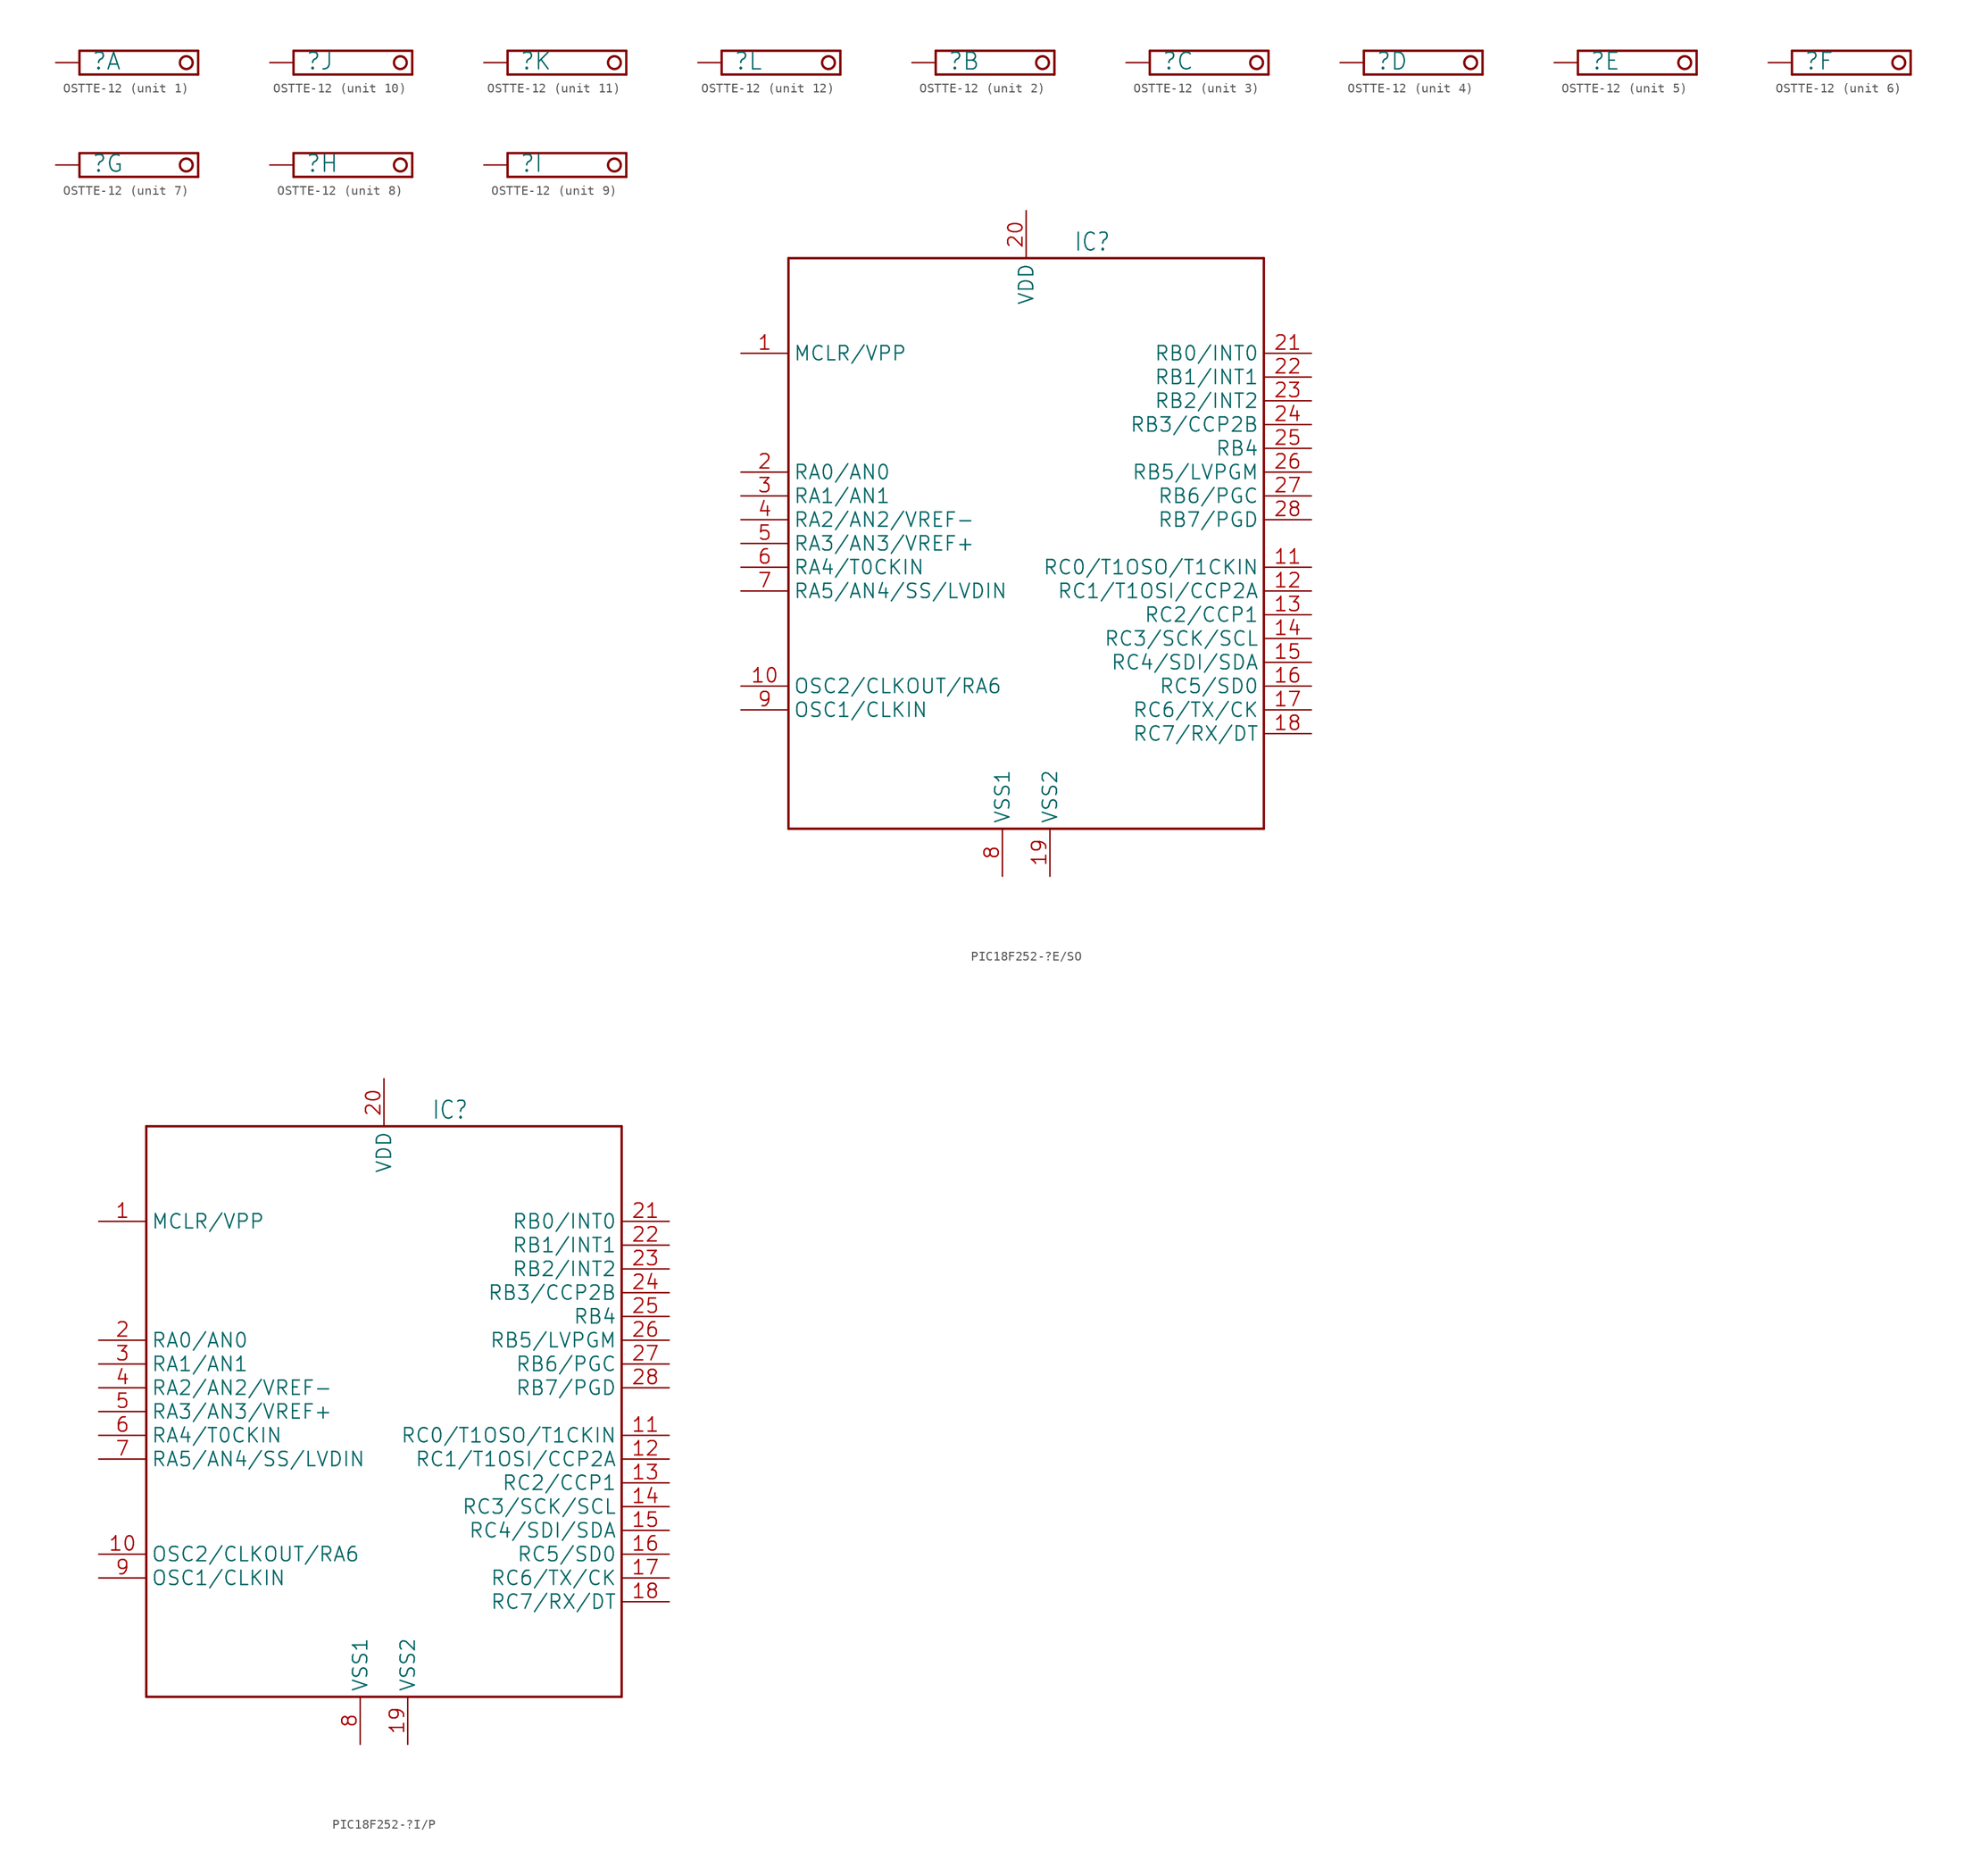
<source format=kicad_sym>
(kicad_symbol_lib
  (version 20241209)
  (generator "kicad_symbol_editor")
  (generator_version "9.0")
  (symbol "OSTTE-12"
    (property "Reference" ""
      (at -3.81 -0.889 0)
      (effects (font (size 1.778 1.778)) (justify left bottom)))
    (property "Value" ""
      (at -5.08 1.651 0)
      (effects (font (size 1.778 1.778)) (justify left bottom)))
    (property "ki_locked" ""
      (at 0 0 0)
      (effects (font (size 1.27 1.27))))
    (symbol "OSTTE-12_1_0"
      (polyline (pts (xy -5.08 1.27) (xy 7.62 1.27)) (stroke (width 0.254) (type solid)) (fill (type none)))
      (polyline (pts (xy -5.08 -1.27) (xy -5.08 1.27)) (stroke (width 0.254) (type solid)) (fill (type none)))
      (circle (center 6.35 0) (radius 0.684) (stroke (width 0.254) (type solid)) (fill (type none)))
      (polyline (pts (xy 7.62 -1.27) (xy -5.08 -1.27)) (stroke (width 0.254) (type solid)) (fill (type none)))
      (polyline (pts (xy 7.62 -1.27) (xy 7.62 1.27)) (stroke (width 0.254) (type solid)) (fill (type none)))
      (pin passive line (at -7.62 0 0) (length 2.54) (name "K" (effects (font (size 0 0)))) (number "1" (effects (font (size 0 0))))))
    (symbol "OSTTE-12_2_0"
      (polyline (pts (xy -5.08 1.27) (xy 7.62 1.27)) (stroke (width 0.254) (type solid)) (fill (type none)))
      (polyline (pts (xy -5.08 -1.27) (xy -5.08 1.27)) (stroke (width 0.254) (type solid)) (fill (type none)))
      (circle (center 6.35 0) (radius 0.684) (stroke (width 0.254) (type solid)) (fill (type none)))
      (polyline (pts (xy 7.62 -1.27) (xy -5.08 -1.27)) (stroke (width 0.254) (type solid)) (fill (type none)))
      (polyline (pts (xy 7.62 -1.27) (xy 7.62 1.27)) (stroke (width 0.254) (type solid)) (fill (type none)))
      (pin passive line (at -7.62 0 0) (length 2.54) (name "K" (effects (font (size 0 0)))) (number "10" (effects (font (size 0 0))))))
    (symbol "OSTTE-12_3_0"
      (polyline (pts (xy -5.08 1.27) (xy 7.62 1.27)) (stroke (width 0.254) (type solid)) (fill (type none)))
      (polyline (pts (xy -5.08 -1.27) (xy -5.08 1.27)) (stroke (width 0.254) (type solid)) (fill (type none)))
      (circle (center 6.35 0) (radius 0.684) (stroke (width 0.254) (type solid)) (fill (type none)))
      (polyline (pts (xy 7.62 -1.27) (xy -5.08 -1.27)) (stroke (width 0.254) (type solid)) (fill (type none)))
      (polyline (pts (xy 7.62 -1.27) (xy 7.62 1.27)) (stroke (width 0.254) (type solid)) (fill (type none)))
      (pin passive line (at -7.62 0 0) (length 2.54) (name "K" (effects (font (size 0 0)))) (number "11" (effects (font (size 0 0))))))
    (symbol "OSTTE-12_4_0"
      (polyline (pts (xy -5.08 1.27) (xy 7.62 1.27)) (stroke (width 0.254) (type solid)) (fill (type none)))
      (polyline (pts (xy -5.08 -1.27) (xy -5.08 1.27)) (stroke (width 0.254) (type solid)) (fill (type none)))
      (circle (center 6.35 0) (radius 0.684) (stroke (width 0.254) (type solid)) (fill (type none)))
      (polyline (pts (xy 7.62 -1.27) (xy -5.08 -1.27)) (stroke (width 0.254) (type solid)) (fill (type none)))
      (polyline (pts (xy 7.62 -1.27) (xy 7.62 1.27)) (stroke (width 0.254) (type solid)) (fill (type none)))
      (pin passive line (at -7.62 0 0) (length 2.54) (name "K" (effects (font (size 0 0)))) (number "12" (effects (font (size 0 0))))))
    (symbol "OSTTE-12_5_0"
      (polyline (pts (xy -5.08 1.27) (xy 7.62 1.27)) (stroke (width 0.254) (type solid)) (fill (type none)))
      (polyline (pts (xy -5.08 -1.27) (xy -5.08 1.27)) (stroke (width 0.254) (type solid)) (fill (type none)))
      (circle (center 6.35 0) (radius 0.684) (stroke (width 0.254) (type solid)) (fill (type none)))
      (polyline (pts (xy 7.62 -1.27) (xy -5.08 -1.27)) (stroke (width 0.254) (type solid)) (fill (type none)))
      (polyline (pts (xy 7.62 -1.27) (xy 7.62 1.27)) (stroke (width 0.254) (type solid)) (fill (type none)))
      (pin passive line (at -7.62 0 0) (length 2.54) (name "K" (effects (font (size 0 0)))) (number "2" (effects (font (size 0 0))))))
    (symbol "OSTTE-12_6_0"
      (polyline (pts (xy -5.08 1.27) (xy 7.62 1.27)) (stroke (width 0.254) (type solid)) (fill (type none)))
      (polyline (pts (xy -5.08 -1.27) (xy -5.08 1.27)) (stroke (width 0.254) (type solid)) (fill (type none)))
      (circle (center 6.35 0) (radius 0.684) (stroke (width 0.254) (type solid)) (fill (type none)))
      (polyline (pts (xy 7.62 -1.27) (xy -5.08 -1.27)) (stroke (width 0.254) (type solid)) (fill (type none)))
      (polyline (pts (xy 7.62 -1.27) (xy 7.62 1.27)) (stroke (width 0.254) (type solid)) (fill (type none)))
      (pin passive line (at -7.62 0 0) (length 2.54) (name "K" (effects (font (size 0 0)))) (number "3" (effects (font (size 0 0))))))
    (symbol "OSTTE-12_7_0"
      (polyline (pts (xy -5.08 1.27) (xy 7.62 1.27)) (stroke (width 0.254) (type solid)) (fill (type none)))
      (polyline (pts (xy -5.08 -1.27) (xy -5.08 1.27)) (stroke (width 0.254) (type solid)) (fill (type none)))
      (circle (center 6.35 0) (radius 0.684) (stroke (width 0.254) (type solid)) (fill (type none)))
      (polyline (pts (xy 7.62 -1.27) (xy -5.08 -1.27)) (stroke (width 0.254) (type solid)) (fill (type none)))
      (polyline (pts (xy 7.62 -1.27) (xy 7.62 1.27)) (stroke (width 0.254) (type solid)) (fill (type none)))
      (pin passive line (at -7.62 0 0) (length 2.54) (name "K" (effects (font (size 0 0)))) (number "4" (effects (font (size 0 0))))))
    (symbol "OSTTE-12_8_0"
      (polyline (pts (xy -5.08 1.27) (xy 7.62 1.27)) (stroke (width 0.254) (type solid)) (fill (type none)))
      (polyline (pts (xy -5.08 -1.27) (xy -5.08 1.27)) (stroke (width 0.254) (type solid)) (fill (type none)))
      (circle (center 6.35 0) (radius 0.684) (stroke (width 0.254) (type solid)) (fill (type none)))
      (polyline (pts (xy 7.62 -1.27) (xy -5.08 -1.27)) (stroke (width 0.254) (type solid)) (fill (type none)))
      (polyline (pts (xy 7.62 -1.27) (xy 7.62 1.27)) (stroke (width 0.254) (type solid)) (fill (type none)))
      (pin passive line (at -7.62 0 0) (length 2.54) (name "K" (effects (font (size 0 0)))) (number "5" (effects (font (size 0 0))))))
    (symbol "OSTTE-12_9_0"
      (polyline (pts (xy -5.08 1.27) (xy 7.62 1.27)) (stroke (width 0.254) (type solid)) (fill (type none)))
      (polyline (pts (xy -5.08 -1.27) (xy -5.08 1.27)) (stroke (width 0.254) (type solid)) (fill (type none)))
      (circle (center 6.35 0) (radius 0.684) (stroke (width 0.254) (type solid)) (fill (type none)))
      (polyline (pts (xy 7.62 -1.27) (xy -5.08 -1.27)) (stroke (width 0.254) (type solid)) (fill (type none)))
      (polyline (pts (xy 7.62 -1.27) (xy 7.62 1.27)) (stroke (width 0.254) (type solid)) (fill (type none)))
      (pin passive line (at -7.62 0 0) (length 2.54) (name "K" (effects (font (size 0 0)))) (number "6" (effects (font (size 0 0))))))
    (symbol "OSTTE-12_10_0"
      (polyline (pts (xy -5.08 1.27) (xy 7.62 1.27)) (stroke (width 0.254) (type solid)) (fill (type none)))
      (polyline (pts (xy -5.08 -1.27) (xy -5.08 1.27)) (stroke (width 0.254) (type solid)) (fill (type none)))
      (circle (center 6.35 0) (radius 0.684) (stroke (width 0.254) (type solid)) (fill (type none)))
      (polyline (pts (xy 7.62 -1.27) (xy -5.08 -1.27)) (stroke (width 0.254) (type solid)) (fill (type none)))
      (polyline (pts (xy 7.62 -1.27) (xy 7.62 1.27)) (stroke (width 0.254) (type solid)) (fill (type none)))
      (pin passive line (at -7.62 0 0) (length 2.54) (name "K" (effects (font (size 0 0)))) (number "7" (effects (font (size 0 0))))))
    (symbol "OSTTE-12_11_0"
      (polyline (pts (xy -5.08 1.27) (xy 7.62 1.27)) (stroke (width 0.254) (type solid)) (fill (type none)))
      (polyline (pts (xy -5.08 -1.27) (xy -5.08 1.27)) (stroke (width 0.254) (type solid)) (fill (type none)))
      (circle (center 6.35 0) (radius 0.684) (stroke (width 0.254) (type solid)) (fill (type none)))
      (polyline (pts (xy 7.62 -1.27) (xy -5.08 -1.27)) (stroke (width 0.254) (type solid)) (fill (type none)))
      (polyline (pts (xy 7.62 -1.27) (xy 7.62 1.27)) (stroke (width 0.254) (type solid)) (fill (type none)))
      (pin passive line (at -7.62 0 0) (length 2.54) (name "K" (effects (font (size 0 0)))) (number "8" (effects (font (size 0 0))))))
    (symbol "OSTTE-12_12_0"
      (polyline (pts (xy -5.08 1.27) (xy 7.62 1.27)) (stroke (width 0.254) (type solid)) (fill (type none)))
      (polyline (pts (xy -5.08 -1.27) (xy -5.08 1.27)) (stroke (width 0.254) (type solid)) (fill (type none)))
      (circle (center 6.35 0) (radius 0.684) (stroke (width 0.254) (type solid)) (fill (type none)))
      (polyline (pts (xy 7.62 -1.27) (xy -5.08 -1.27)) (stroke (width 0.254) (type solid)) (fill (type none)))
      (polyline (pts (xy 7.62 -1.27) (xy 7.62 1.27)) (stroke (width 0.254) (type solid)) (fill (type none)))
      (pin passive line (at -7.62 0 0) (length 2.54) (name "K" (effects (font (size 0 0)))) (number "9" (effects (font (size 0 0)))))))
  (symbol "PIC18F252-?E/SO"
    (property "Reference" "IC"
      (at 5.08 31.115 0)
      (effects (font (size 1.905 1.619)) (justify left bottom)))
    (property "Value" ""
      (at -24.765 27.94 0)
      (effects (font (size 1.905 1.619)) (justify left bottom)))
    (property "ki_locked" ""
      (at 0 0 0)
      (effects (font (size 1.27 1.27))))
    (symbol "PIC18F252-?E/SO_1_0"
      (polyline (pts (xy -25.4 30.48) (xy 25.4 30.48)) (stroke (width 0.254) (type solid)) (fill (type none)))
      (polyline (pts (xy -25.4 -30.48) (xy -25.4 30.48)) (stroke (width 0.254) (type solid)) (fill (type none)))
      (polyline (pts (xy 25.4 30.48) (xy 25.4 -30.48)) (stroke (width 0.254) (type solid)) (fill (type none)))
      (polyline (pts (xy 25.4 -30.48) (xy -25.4 -30.48)) (stroke (width 0.254) (type solid)) (fill (type none)))
      (pin input line (at -30.48 20.32 0) (length 5.08) (name "MCLR/VPP" (effects (font (size 1.524 1.524)))) (number "1" (effects (font (size 1.524 1.524)))))
      (pin bidirectional line (at -30.48 7.62 0) (length 5.08) (name "RA0/AN0" (effects (font (size 1.524 1.524)))) (number "2" (effects (font (size 1.524 1.524)))))
      (pin bidirectional line (at -30.48 5.08 0) (length 5.08) (name "RA1/AN1" (effects (font (size 1.524 1.524)))) (number "3" (effects (font (size 1.524 1.524)))))
      (pin bidirectional line (at -30.48 2.54 0) (length 5.08) (name "RA2/AN2/VREF-" (effects (font (size 1.524 1.524)))) (number "4" (effects (font (size 1.524 1.524)))))
      (pin bidirectional line (at -30.48 0 0) (length 5.08) (name "RA3/AN3/VREF+" (effects (font (size 1.524 1.524)))) (number "5" (effects (font (size 1.524 1.524)))))
      (pin open_collector line (at -30.48 -2.54 0) (length 5.08) (name "RA4/T0CKIN" (effects (font (size 1.524 1.524)))) (number "6" (effects (font (size 1.524 1.524)))))
      (pin bidirectional line (at -30.48 -5.08 0) (length 5.08) (name "RA5/AN4/SS/LVDIN" (effects (font (size 1.524 1.524)))) (number "7" (effects (font (size 1.524 1.524)))))
      (pin output line (at -30.48 -15.24 0) (length 5.08) (name "OSC2/CLKOUT/RA6" (effects (font (size 1.524 1.524)))) (number "10" (effects (font (size 1.524 1.524)))))
      (pin input line (at -30.48 -17.78 0) (length 5.08) (name "OSC1/CLKIN" (effects (font (size 1.524 1.524)))) (number "9" (effects (font (size 1.524 1.524)))))
      (pin power_in line (at -2.54 -35.56 90) (length 5.08) (name "VSS1" (effects (font (size 1.524 1.524)))) (number "8" (effects (font (size 1.524 1.524)))))
      (pin power_in line (at 0 35.56 270) (length 5.08) (name "VDD" (effects (font (size 1.524 1.524)))) (number "20" (effects (font (size 1.524 1.524)))))
      (pin power_in line (at 2.54 -35.56 90) (length 5.08) (name "VSS2" (effects (font (size 1.524 1.524)))) (number "19" (effects (font (size 1.524 1.524)))))
      (pin bidirectional line (at 30.48 20.32 180) (length 5.08) (name "RB0/INT0" (effects (font (size 1.524 1.524)))) (number "21" (effects (font (size 1.524 1.524)))))
      (pin bidirectional line (at 30.48 17.78 180) (length 5.08) (name "RB1/INT1" (effects (font (size 1.524 1.524)))) (number "22" (effects (font (size 1.524 1.524)))))
      (pin bidirectional line (at 30.48 15.24 180) (length 5.08) (name "RB2/INT2" (effects (font (size 1.524 1.524)))) (number "23" (effects (font (size 1.524 1.524)))))
      (pin bidirectional line (at 30.48 12.7 180) (length 5.08) (name "RB3/CCP2B" (effects (font (size 1.524 1.524)))) (number "24" (effects (font (size 1.524 1.524)))))
      (pin bidirectional line (at 30.48 10.16 180) (length 5.08) (name "RB4" (effects (font (size 1.524 1.524)))) (number "25" (effects (font (size 1.524 1.524)))))
      (pin bidirectional line (at 30.48 7.62 180) (length 5.08) (name "RB5/LVPGM" (effects (font (size 1.524 1.524)))) (number "26" (effects (font (size 1.524 1.524)))))
      (pin bidirectional line (at 30.48 5.08 180) (length 5.08) (name "RB6/PGC" (effects (font (size 1.524 1.524)))) (number "27" (effects (font (size 1.524 1.524)))))
      (pin bidirectional line (at 30.48 2.54 180) (length 5.08) (name "RB7/PGD" (effects (font (size 1.524 1.524)))) (number "28" (effects (font (size 1.524 1.524)))))
      (pin bidirectional line (at 30.48 -2.54 180) (length 5.08) (name "RC0/T1OSO/T1CKIN" (effects (font (size 1.524 1.524)))) (number "11" (effects (font (size 1.524 1.524)))))
      (pin bidirectional line (at 30.48 -5.08 180) (length 5.08) (name "RC1/T1OSI/CCP2A" (effects (font (size 1.524 1.524)))) (number "12" (effects (font (size 1.524 1.524)))))
      (pin bidirectional line (at 30.48 -7.62 180) (length 5.08) (name "RC2/CCP1" (effects (font (size 1.524 1.524)))) (number "13" (effects (font (size 1.524 1.524)))))
      (pin bidirectional line (at 30.48 -10.16 180) (length 5.08) (name "RC3/SCK/SCL" (effects (font (size 1.524 1.524)))) (number "14" (effects (font (size 1.524 1.524)))))
      (pin bidirectional line (at 30.48 -12.7 180) (length 5.08) (name "RC4/SDI/SDA" (effects (font (size 1.524 1.524)))) (number "15" (effects (font (size 1.524 1.524)))))
      (pin bidirectional line (at 30.48 -15.24 180) (length 5.08) (name "RC5/SD0" (effects (font (size 1.524 1.524)))) (number "16" (effects (font (size 1.524 1.524)))))
      (pin bidirectional line (at 30.48 -17.78 180) (length 5.08) (name "RC6/TX/CK" (effects (font (size 1.524 1.524)))) (number "17" (effects (font (size 1.524 1.524)))))
      (pin bidirectional line (at 30.48 -20.32 180) (length 5.08) (name "RC7/RX/DT" (effects (font (size 1.524 1.524)))) (number "18" (effects (font (size 1.524 1.524)))))))
  (symbol "PIC18F252-?I/P"
    (property "Reference" "IC"
      (at 5.08 31.115 0)
      (effects (font (size 1.905 1.619)) (justify left bottom)))
    (property "Value" ""
      (at -24.765 27.94 0)
      (effects (font (size 1.905 1.619)) (justify left bottom)))
    (property "ki_locked" ""
      (at 0 0 0)
      (effects (font (size 1.27 1.27))))
    (symbol "PIC18F252-?I/P_1_0"
      (polyline (pts (xy -25.4 30.48) (xy 25.4 30.48)) (stroke (width 0.254) (type solid)) (fill (type none)))
      (polyline (pts (xy -25.4 -30.48) (xy -25.4 30.48)) (stroke (width 0.254) (type solid)) (fill (type none)))
      (polyline (pts (xy 25.4 30.48) (xy 25.4 -30.48)) (stroke (width 0.254) (type solid)) (fill (type none)))
      (polyline (pts (xy 25.4 -30.48) (xy -25.4 -30.48)) (stroke (width 0.254) (type solid)) (fill (type none)))
      (pin input line (at -30.48 20.32 0) (length 5.08) (name "MCLR/VPP" (effects (font (size 1.524 1.524)))) (number "1" (effects (font (size 1.524 1.524)))))
      (pin bidirectional line (at -30.48 7.62 0) (length 5.08) (name "RA0/AN0" (effects (font (size 1.524 1.524)))) (number "2" (effects (font (size 1.524 1.524)))))
      (pin bidirectional line (at -30.48 5.08 0) (length 5.08) (name "RA1/AN1" (effects (font (size 1.524 1.524)))) (number "3" (effects (font (size 1.524 1.524)))))
      (pin bidirectional line (at -30.48 2.54 0) (length 5.08) (name "RA2/AN2/VREF-" (effects (font (size 1.524 1.524)))) (number "4" (effects (font (size 1.524 1.524)))))
      (pin bidirectional line (at -30.48 0 0) (length 5.08) (name "RA3/AN3/VREF+" (effects (font (size 1.524 1.524)))) (number "5" (effects (font (size 1.524 1.524)))))
      (pin open_collector line (at -30.48 -2.54 0) (length 5.08) (name "RA4/T0CKIN" (effects (font (size 1.524 1.524)))) (number "6" (effects (font (size 1.524 1.524)))))
      (pin bidirectional line (at -30.48 -5.08 0) (length 5.08) (name "RA5/AN4/SS/LVDIN" (effects (font (size 1.524 1.524)))) (number "7" (effects (font (size 1.524 1.524)))))
      (pin output line (at -30.48 -15.24 0) (length 5.08) (name "OSC2/CLKOUT/RA6" (effects (font (size 1.524 1.524)))) (number "10" (effects (font (size 1.524 1.524)))))
      (pin input line (at -30.48 -17.78 0) (length 5.08) (name "OSC1/CLKIN" (effects (font (size 1.524 1.524)))) (number "9" (effects (font (size 1.524 1.524)))))
      (pin power_in line (at -2.54 -35.56 90) (length 5.08) (name "VSS1" (effects (font (size 1.524 1.524)))) (number "8" (effects (font (size 1.524 1.524)))))
      (pin power_in line (at 0 35.56 270) (length 5.08) (name "VDD" (effects (font (size 1.524 1.524)))) (number "20" (effects (font (size 1.524 1.524)))))
      (pin power_in line (at 2.54 -35.56 90) (length 5.08) (name "VSS2" (effects (font (size 1.524 1.524)))) (number "19" (effects (font (size 1.524 1.524)))))
      (pin bidirectional line (at 30.48 20.32 180) (length 5.08) (name "RB0/INT0" (effects (font (size 1.524 1.524)))) (number "21" (effects (font (size 1.524 1.524)))))
      (pin bidirectional line (at 30.48 17.78 180) (length 5.08) (name "RB1/INT1" (effects (font (size 1.524 1.524)))) (number "22" (effects (font (size 1.524 1.524)))))
      (pin bidirectional line (at 30.48 15.24 180) (length 5.08) (name "RB2/INT2" (effects (font (size 1.524 1.524)))) (number "23" (effects (font (size 1.524 1.524)))))
      (pin bidirectional line (at 30.48 12.7 180) (length 5.08) (name "RB3/CCP2B" (effects (font (size 1.524 1.524)))) (number "24" (effects (font (size 1.524 1.524)))))
      (pin bidirectional line (at 30.48 10.16 180) (length 5.08) (name "RB4" (effects (font (size 1.524 1.524)))) (number "25" (effects (font (size 1.524 1.524)))))
      (pin bidirectional line (at 30.48 7.62 180) (length 5.08) (name "RB5/LVPGM" (effects (font (size 1.524 1.524)))) (number "26" (effects (font (size 1.524 1.524)))))
      (pin bidirectional line (at 30.48 5.08 180) (length 5.08) (name "RB6/PGC" (effects (font (size 1.524 1.524)))) (number "27" (effects (font (size 1.524 1.524)))))
      (pin bidirectional line (at 30.48 2.54 180) (length 5.08) (name "RB7/PGD" (effects (font (size 1.524 1.524)))) (number "28" (effects (font (size 1.524 1.524)))))
      (pin bidirectional line (at 30.48 -2.54 180) (length 5.08) (name "RC0/T1OSO/T1CKIN" (effects (font (size 1.524 1.524)))) (number "11" (effects (font (size 1.524 1.524)))))
      (pin bidirectional line (at 30.48 -5.08 180) (length 5.08) (name "RC1/T1OSI/CCP2A" (effects (font (size 1.524 1.524)))) (number "12" (effects (font (size 1.524 1.524)))))
      (pin bidirectional line (at 30.48 -7.62 180) (length 5.08) (name "RC2/CCP1" (effects (font (size 1.524 1.524)))) (number "13" (effects (font (size 1.524 1.524)))))
      (pin bidirectional line (at 30.48 -10.16 180) (length 5.08) (name "RC3/SCK/SCL" (effects (font (size 1.524 1.524)))) (number "14" (effects (font (size 1.524 1.524)))))
      (pin bidirectional line (at 30.48 -12.7 180) (length 5.08) (name "RC4/SDI/SDA" (effects (font (size 1.524 1.524)))) (number "15" (effects (font (size 1.524 1.524)))))
      (pin bidirectional line (at 30.48 -15.24 180) (length 5.08) (name "RC5/SD0" (effects (font (size 1.524 1.524)))) (number "16" (effects (font (size 1.524 1.524)))))
      (pin bidirectional line (at 30.48 -17.78 180) (length 5.08) (name "RC6/TX/CK" (effects (font (size 1.524 1.524)))) (number "17" (effects (font (size 1.524 1.524)))))
      (pin bidirectional line (at 30.48 -20.32 180) (length 5.08) (name "RC7/RX/DT" (effects (font (size 1.524 1.524)))) (number "18" (effects (font (size 1.524 1.524))))))))
</source>
